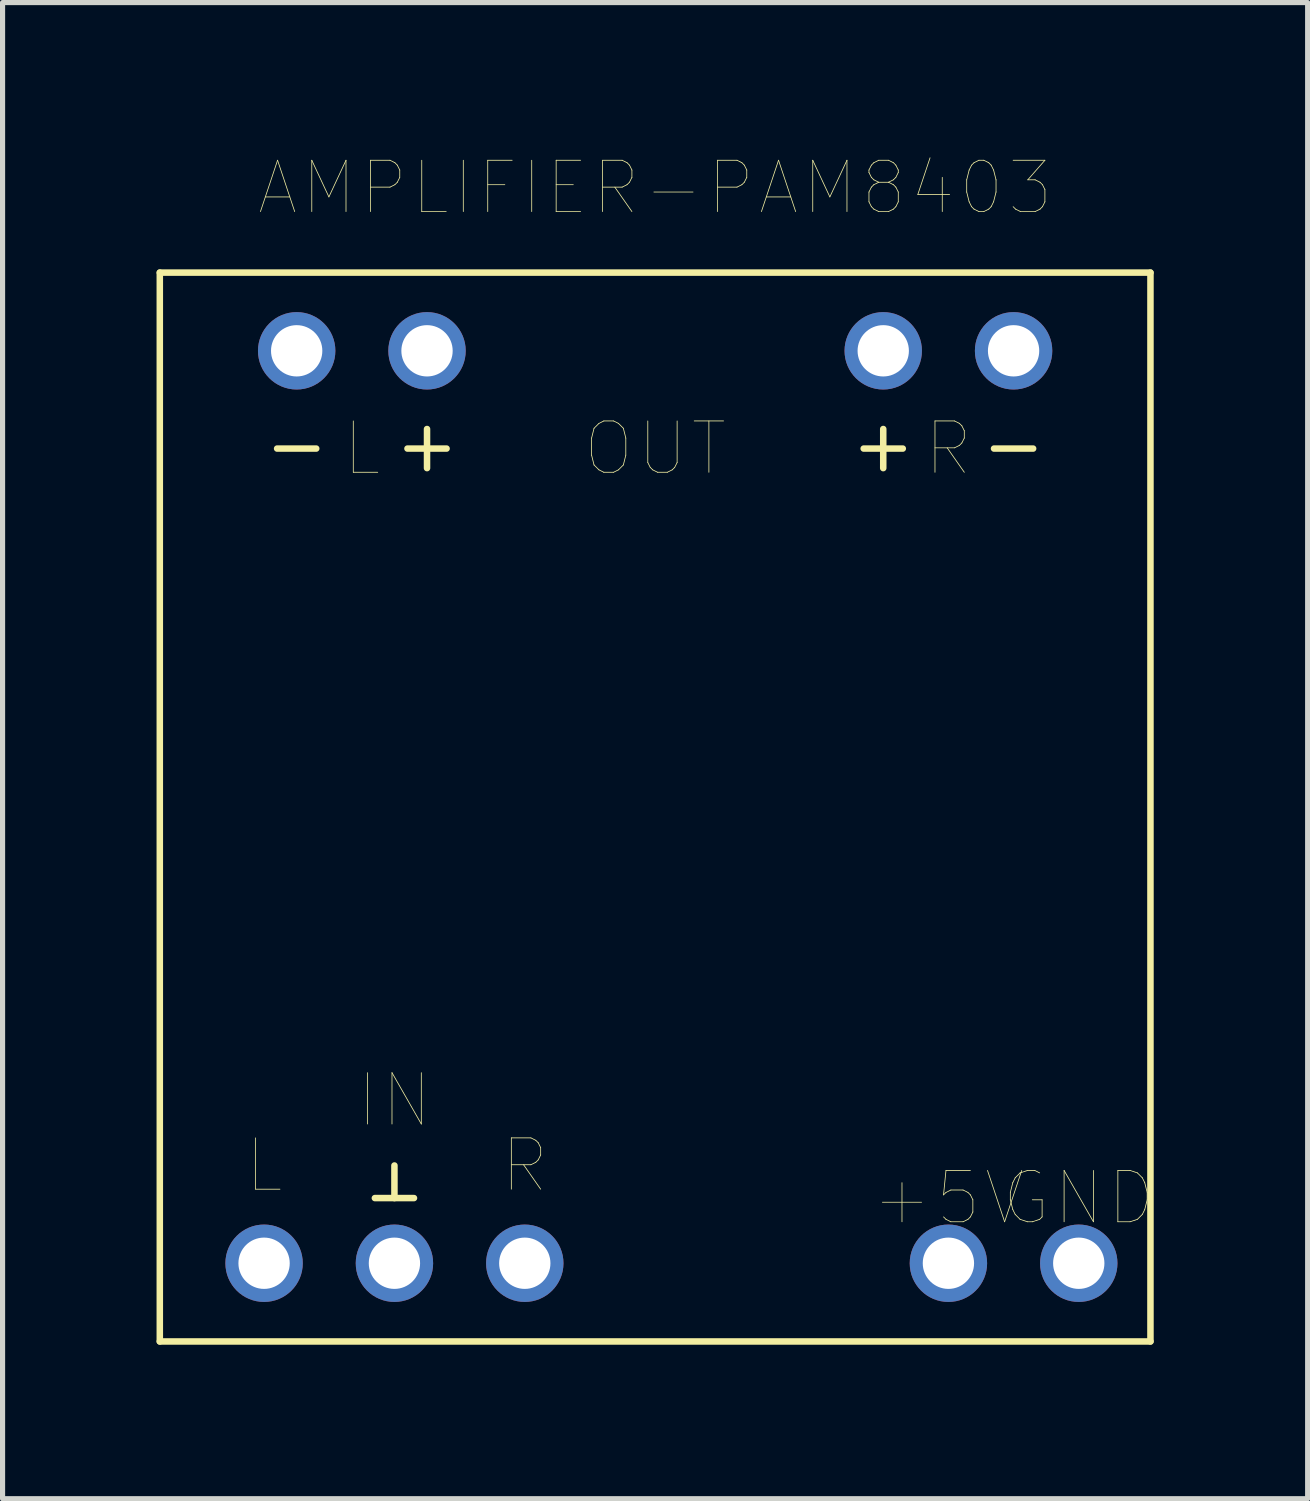
<source format=kicad_pcb>
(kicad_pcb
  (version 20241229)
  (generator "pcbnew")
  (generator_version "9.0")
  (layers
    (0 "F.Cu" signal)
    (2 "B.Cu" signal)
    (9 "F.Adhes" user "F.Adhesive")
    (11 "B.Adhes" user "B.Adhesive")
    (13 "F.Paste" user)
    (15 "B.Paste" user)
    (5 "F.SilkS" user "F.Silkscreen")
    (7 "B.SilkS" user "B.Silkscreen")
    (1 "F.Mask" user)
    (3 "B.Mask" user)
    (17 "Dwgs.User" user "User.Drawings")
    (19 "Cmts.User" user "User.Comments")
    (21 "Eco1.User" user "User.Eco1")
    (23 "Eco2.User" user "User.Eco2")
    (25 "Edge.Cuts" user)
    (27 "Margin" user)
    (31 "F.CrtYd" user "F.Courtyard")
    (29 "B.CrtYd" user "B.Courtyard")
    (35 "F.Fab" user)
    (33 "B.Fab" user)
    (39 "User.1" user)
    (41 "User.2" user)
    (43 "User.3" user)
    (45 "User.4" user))
  (footprint "AMPLIFIER-PAM8403"
    (layer "F.Cu")
    (at 9.716 12.676)
    (property "Reference" "AMPLIFIER-PAM8403" (at 0 -12.065 0) (layer "F.SilkS") (effects (font (size 1 1) (thickness 0.015))))
    (attr through_hole)
    (fp_line (start -9.652 -10.414) (end 9.652 -10.414) (stroke (width 0.127) (type solid)) (layer "F.SilkS"))
    (fp_line (start -9.652 10.414) (end -9.652 -10.414) (stroke (width 0.127) (type solid)) (layer "F.SilkS"))
    (fp_line (start -6.604 -6.985) (end -7.366 -6.985) (stroke (width 0.127) (type solid)) (layer "F.SilkS"))
    (fp_line (start -5.461 7.62) (end -4.699 7.62) (stroke (width 0.127) (type solid)) (layer "F.SilkS"))
    (fp_line (start -5.08 6.985) (end -5.08 7.62) (stroke (width 0.127) (type solid)) (layer "F.SilkS"))
    (fp_line (start -4.826 -6.985) (end -4.064 -6.985) (stroke (width 0.127) (type solid)) (layer "F.SilkS"))
    (fp_line (start -4.445 -7.366) (end -4.445 -6.604) (stroke (width 0.127) (type solid)) (layer "F.SilkS"))
    (fp_line (start 4.064 -6.985) (end 4.826 -6.985) (stroke (width 0.127) (type solid)) (layer "F.SilkS"))
    (fp_line (start 4.445 -7.366) (end 4.445 -6.604) (stroke (width 0.127) (type solid)) (layer "F.SilkS"))
    (fp_line (start 6.604 -6.985) (end 7.366 -6.985) (stroke (width 0.127) (type solid)) (layer "F.SilkS"))
    (fp_line (start 9.652 -10.414) (end 9.652 10.414) (stroke (width 0.127) (type solid)) (layer "F.SilkS"))
    (fp_line (start 9.652 10.414) (end -9.652 10.414) (stroke (width 0.127) (type solid)) (layer "F.SilkS"))
    (fp_text user "+5V" (at 5.715 7.62 0) (layer "F.SilkS") (effects (font (size 1 1) (thickness 0.015))))
    (fp_text user "GND" (at 8.255 7.62 0) (layer "F.SilkS") (effects (font (size 1 1) (thickness 0.015))))
    (fp_text user "L" (at -5.715 -6.985 0) (layer "F.SilkS") (effects (font (size 1 1) (thickness 0.015))))
    (fp_text user "IN" (at -5.08 5.715 0) (layer "F.SilkS") (effects (font (size 1 1) (thickness 0.015))))
    (fp_text user "L" (at -7.62 6.985 0) (layer "F.SilkS") (effects (font (size 1 1) (thickness 0.015))))
    (fp_text user "R" (at 5.715 -6.985 0) (layer "F.SilkS") (effects (font (size 1 1) (thickness 0.015))))
    (fp_text user "R" (at -2.54 6.985 0) (layer "F.SilkS") (effects (font (size 1 1) (thickness 0.015))))
    (fp_text user "OUT" (at 0 -6.985 0) (layer "F.SilkS") (effects (font (size 1 1) (thickness 0.015))))
    (pad "+5V" thru_hole circle (at 5.715 8.89) (size 1.508 1.508) (drill 1) (layers "*.Cu" "*.Mask"))
    (pad "GND" thru_hole circle (at 8.255 8.89) (size 1.508 1.508) (drill 1) (layers "*.Cu" "*.Mask"))
    (pad "IN.COM" thru_hole circle (at -5.08 8.89) (size 1.508 1.508) (drill 1) (layers "*.Cu" "*.Mask"))
    (pad "IN.L" thru_hole circle (at -7.62 8.89) (size 1.508 1.508) (drill 1) (layers "*.Cu" "*.Mask"))
    (pad "IN.R" thru_hole circle (at -2.54 8.89) (size 1.508 1.508) (drill 1) (layers "*.Cu" "*.Mask"))
    (pad "OUT.L" thru_hole circle (at -6.985 -8.89) (size 1.508 1.508) (drill 1) (layers "*.Cu" "*.Mask"))
    (pad "OUT.L+" thru_hole circle (at -4.445 -8.89) (size 1.508 1.508) (drill 1) (layers "*.Cu" "*.Mask"))
    (pad "OUT.R" thru_hole circle (at 6.985 -8.89) (size 1.508 1.508) (drill 1) (layers "*.Cu" "*.Mask"))
    (pad "OUT.R+" thru_hole circle (at 4.445 -8.89) (size 1.508 1.508) (drill 1) (layers "*.Cu" "*.Mask")))
  (gr_rect
    (start -3 -3)
    (end 22.431 26.154)
    (stroke (width 0.1) (type default))
    (fill no)
    (layer "Edge.Cuts")))
</source>
